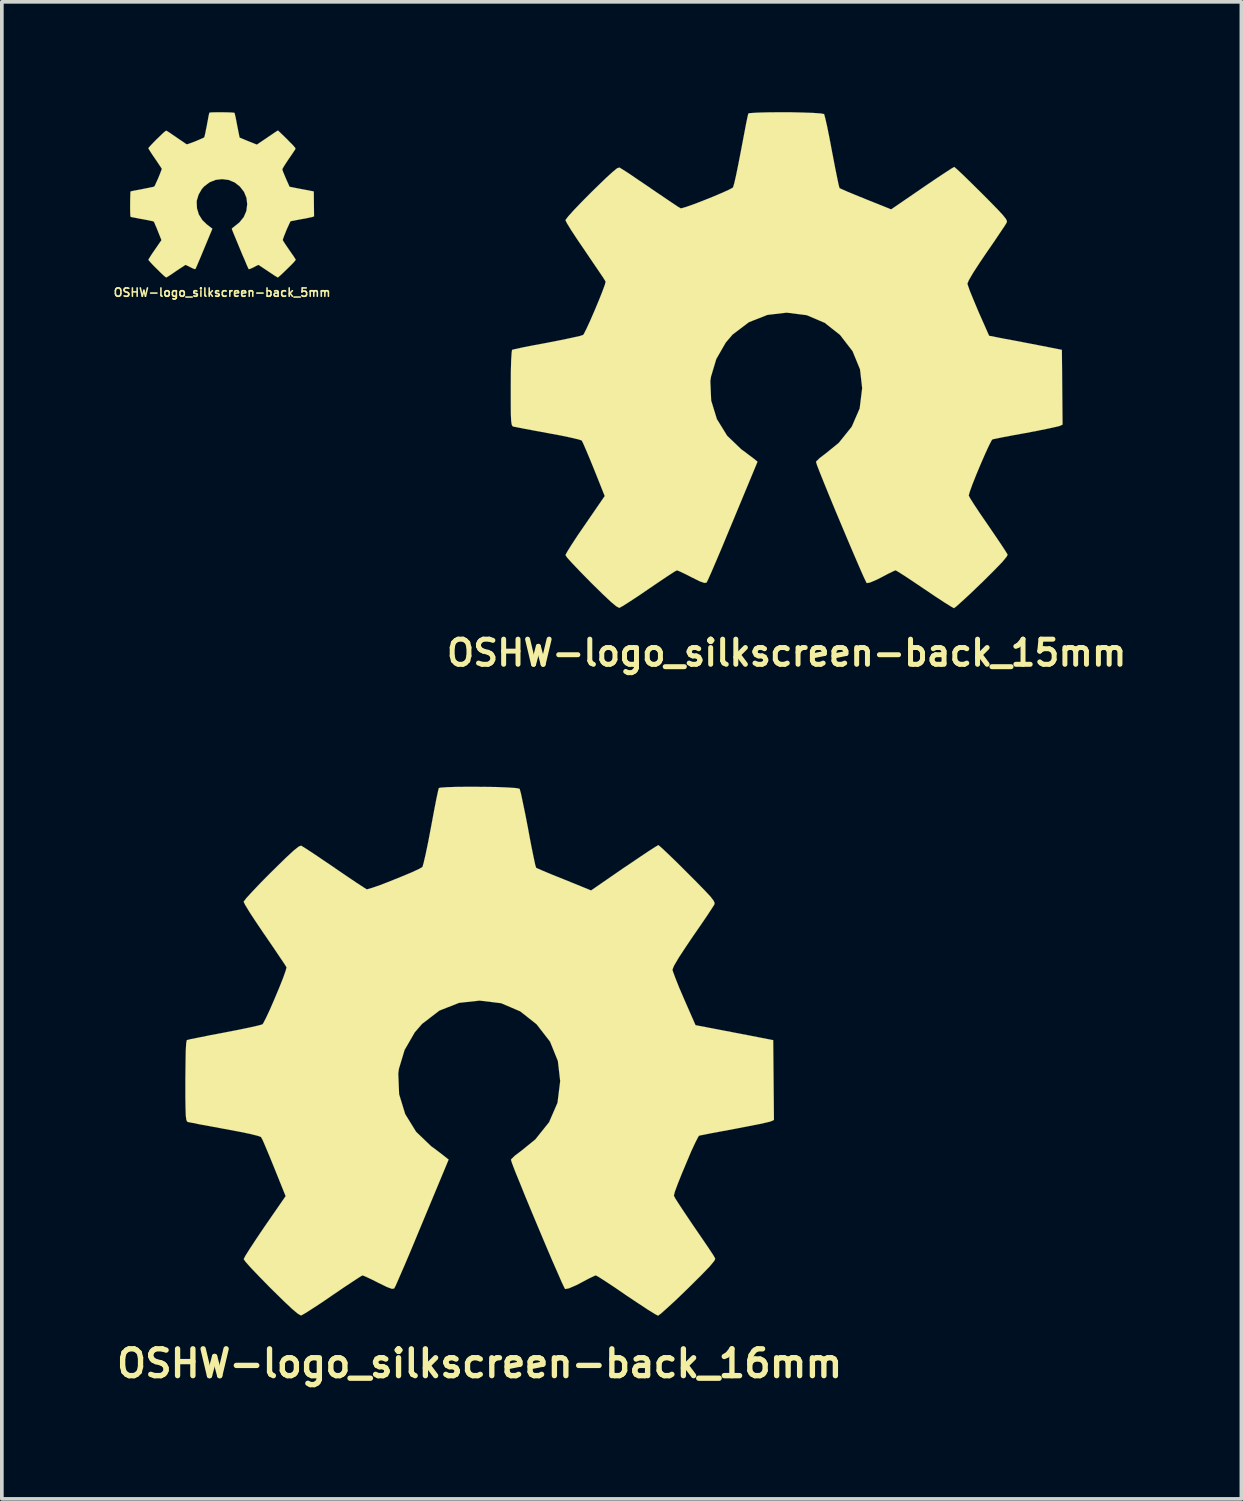
<source format=kicad_pcb>
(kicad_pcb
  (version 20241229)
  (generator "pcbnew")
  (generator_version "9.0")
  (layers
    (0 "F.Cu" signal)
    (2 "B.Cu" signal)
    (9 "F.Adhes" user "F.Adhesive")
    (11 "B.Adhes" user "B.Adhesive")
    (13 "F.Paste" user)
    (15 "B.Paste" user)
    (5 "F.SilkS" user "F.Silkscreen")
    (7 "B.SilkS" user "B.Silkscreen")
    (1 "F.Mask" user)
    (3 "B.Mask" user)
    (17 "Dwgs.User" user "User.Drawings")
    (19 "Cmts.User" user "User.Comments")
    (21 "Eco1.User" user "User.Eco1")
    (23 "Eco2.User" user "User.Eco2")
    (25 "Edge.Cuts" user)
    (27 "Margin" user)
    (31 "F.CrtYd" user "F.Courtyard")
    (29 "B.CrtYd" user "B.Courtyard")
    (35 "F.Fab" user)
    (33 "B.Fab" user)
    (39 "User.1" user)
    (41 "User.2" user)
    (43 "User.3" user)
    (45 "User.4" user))
  (footprint "OSHW-logo_silkscreen-back_16mm"
    (layer "F.Cu")
    (at 9.986 25.521)
    (property "Reference" "OSHW-logo_silkscreen-back_16mm" (at 0 8.486 0) (layer "F.SilkS") (effects (font (size 0.729 0.729) (thickness 0.145))))
    (attr through_hole)
    (fp_poly (pts (xy 4.849 7.186) (xy 4.765 7.142) (xy 4.577 7.026) (xy 4.31 6.85) (xy 3.995 6.64) (xy 3.68 6.424) (xy 3.419 6.251) (xy 3.236 6.134) (xy 3.16 6.091) (xy 3.119 6.104) (xy 2.967 6.177) (xy 2.751 6.292) (xy 2.624 6.358) (xy 2.423 6.444) (xy 2.324 6.462) (xy 2.306 6.434) (xy 2.233 6.281) (xy 2.118 6.017) (xy 1.966 5.672) (xy 1.793 5.265) (xy 1.608 4.826) (xy 1.422 4.381) (xy 1.245 3.955) (xy 1.09 3.571) (xy 0.963 3.261) (xy 0.881 3.045) (xy 0.851 2.951) (xy 0.861 2.931) (xy 0.96 2.835) (xy 1.135 2.703) (xy 1.514 2.395) (xy 1.887 1.928) (xy 2.116 1.4) (xy 2.189 0.81) (xy 2.126 0.264) (xy 1.913 -0.262) (xy 1.547 -0.734) (xy 1.102 -1.085) (xy 0.584 -1.306) (xy 0 -1.377) (xy -0.559 -1.316) (xy -1.095 -1.105) (xy -1.565 -0.744) (xy -1.765 -0.513) (xy -2.04 -0.036) (xy -2.195 0.478) (xy -2.212 0.607) (xy -2.189 1.168) (xy -2.024 1.707) (xy -1.727 2.189) (xy -1.316 2.583) (xy -1.262 2.621) (xy -1.072 2.764) (xy -0.945 2.863) (xy -0.843 2.944) (xy -1.56 4.666) (xy -1.674 4.94) (xy -1.869 5.41) (xy -2.042 5.817) (xy -2.182 6.139) (xy -2.276 6.355) (xy -2.319 6.441) (xy -2.324 6.447) (xy -2.385 6.457) (xy -2.517 6.408) (xy -2.756 6.292) (xy -2.916 6.21) (xy -3.099 6.124) (xy -3.183 6.091) (xy -3.251 6.129) (xy -3.426 6.243) (xy -3.683 6.413) (xy -3.99 6.622) (xy -4.282 6.822) (xy -4.554 7) (xy -4.752 7.125) (xy -4.846 7.178) (xy -4.862 7.178) (xy -4.945 7.13) (xy -5.1 7) (xy -5.334 6.779) (xy -5.667 6.452) (xy -5.718 6.401) (xy -5.989 6.124) (xy -6.213 5.89) (xy -6.36 5.725) (xy -6.413 5.649) (xy -6.365 5.555) (xy -6.241 5.359) (xy -6.063 5.088) (xy -5.845 4.765) (xy -5.273 3.937) (xy -5.588 3.155) (xy -5.685 2.916) (xy -5.806 2.626) (xy -5.895 2.418) (xy -5.944 2.329) (xy -6.027 2.299) (xy -6.243 2.245) (xy -6.553 2.182) (xy -6.921 2.113) (xy -7.275 2.047) (xy -7.595 1.989) (xy -7.823 1.943) (xy -7.927 1.923) (xy -7.953 1.908) (xy -7.973 1.857) (xy -7.986 1.75) (xy -7.993 1.554) (xy -7.998 1.252) (xy -7.998 0.81) (xy -7.998 0.762) (xy -7.993 0.34) (xy -7.988 0.005) (xy -7.976 -0.213) (xy -7.96 -0.3) (xy -7.96 -0.302) (xy -7.861 -0.328) (xy -7.635 -0.373) (xy -7.318 -0.437) (xy -6.937 -0.508) (xy -6.914 -0.513) (xy -6.535 -0.587) (xy -6.218 -0.653) (xy -5.997 -0.704) (xy -5.903 -0.732) (xy -5.883 -0.759) (xy -5.806 -0.907) (xy -5.697 -1.14) (xy -5.573 -1.427) (xy -5.448 -1.725) (xy -5.342 -1.991) (xy -5.271 -2.192) (xy -5.248 -2.281) (xy -5.25 -2.283) (xy -5.306 -2.375) (xy -5.438 -2.57) (xy -5.621 -2.842) (xy -5.842 -3.165) (xy -5.86 -3.19) (xy -6.076 -3.51) (xy -6.253 -3.78) (xy -6.37 -3.973) (xy -6.413 -4.059) (xy -6.413 -4.067) (xy -6.342 -4.161) (xy -6.177 -4.341) (xy -5.946 -4.585) (xy -5.664 -4.869) (xy -5.575 -4.956) (xy -5.265 -5.26) (xy -5.05 -5.458) (xy -4.915 -5.565) (xy -4.849 -5.588) (xy -4.846 -5.585) (xy -4.752 -5.527) (xy -4.549 -5.395) (xy -4.275 -5.21) (xy -3.95 -4.991) (xy -3.927 -4.973) (xy -3.609 -4.757) (xy -3.343 -4.577) (xy -3.152 -4.453) (xy -3.071 -4.402) (xy -3.056 -4.402) (xy -2.926 -4.44) (xy -2.697 -4.519) (xy -2.418 -4.628) (xy -2.123 -4.747) (xy -1.854 -4.859) (xy -1.651 -4.953) (xy -1.557 -5.006) (xy -1.554 -5.011) (xy -1.521 -5.126) (xy -1.466 -5.364) (xy -1.397 -5.695) (xy -1.323 -6.086) (xy -1.311 -6.149) (xy -1.24 -6.53) (xy -1.179 -6.845) (xy -1.133 -7.061) (xy -1.11 -7.153) (xy -1.057 -7.165) (xy -0.869 -7.178) (xy -0.587 -7.186) (xy -0.241 -7.188) (xy 0.122 -7.186) (xy 0.475 -7.181) (xy 0.777 -7.168) (xy 0.993 -7.153) (xy 1.082 -7.135) (xy 1.087 -7.13) (xy 1.12 -7.013) (xy 1.171 -6.772) (xy 1.24 -6.441) (xy 1.316 -6.048) (xy 1.328 -5.979) (xy 1.4 -5.598) (xy 1.463 -5.288) (xy 1.509 -5.072) (xy 1.534 -4.989) (xy 1.567 -4.971) (xy 1.725 -4.902) (xy 1.979 -4.796) (xy 2.296 -4.669) (xy 3.028 -4.371) (xy 3.924 -4.989) (xy 4.008 -5.044) (xy 4.331 -5.263) (xy 4.597 -5.441) (xy 4.783 -5.56) (xy 4.856 -5.603) (xy 4.864 -5.598) (xy 4.953 -5.522) (xy 5.131 -5.354) (xy 5.375 -5.118) (xy 5.657 -4.836) (xy 5.865 -4.628) (xy 6.114 -4.374) (xy 6.271 -4.206) (xy 6.355 -4.097) (xy 6.386 -4.031) (xy 6.378 -3.988) (xy 6.32 -3.896) (xy 6.19 -3.698) (xy 6.005 -3.426) (xy 5.786 -3.109) (xy 5.606 -2.842) (xy 5.41 -2.543) (xy 5.283 -2.327) (xy 5.24 -2.22) (xy 5.25 -2.177) (xy 5.314 -2.002) (xy 5.42 -1.735) (xy 5.555 -1.42) (xy 5.867 -0.709) (xy 6.335 -0.62) (xy 6.614 -0.566) (xy 7.01 -0.49) (xy 7.389 -0.417) (xy 7.978 -0.302) (xy 7.998 1.867) (xy 7.907 1.908) (xy 7.821 1.93) (xy 7.602 1.979) (xy 7.29 2.04) (xy 6.921 2.111) (xy 6.609 2.169) (xy 6.292 2.228) (xy 6.066 2.273) (xy 5.964 2.294) (xy 5.939 2.329) (xy 5.86 2.482) (xy 5.748 2.723) (xy 5.624 3.018) (xy 5.497 3.32) (xy 5.385 3.599) (xy 5.306 3.813) (xy 5.278 3.924) (xy 5.321 4.008) (xy 5.441 4.194) (xy 5.616 4.458) (xy 5.829 4.773) (xy 6.045 5.088) (xy 6.226 5.354) (xy 6.353 5.547) (xy 6.403 5.636) (xy 6.378 5.695) (xy 6.253 5.847) (xy 6.015 6.093) (xy 5.664 6.441) (xy 5.606 6.497) (xy 5.326 6.767) (xy 5.088 6.985) (xy 4.923 7.132) (xy 4.849 7.186)) (stroke (width 0.003) (type solid)) (fill yes) (layer "F.SilkS")))
  (footprint "OSHW-logo_silkscreen-back_5mm"
    (layer "F.Cu")
    (at 2.986 2.247)
    (property "Reference" "OSHW-logo_silkscreen-back_5mm" (at 0 2.652 0) (layer "F.SilkS") (effects (font (size 0.226 0.226) (thickness 0.043))))
    (attr through_hole)
    (fp_poly (pts (xy 1.514 2.245) (xy 1.488 2.23) (xy 1.43 2.195) (xy 1.346 2.139) (xy 1.247 2.073) (xy 1.148 2.007) (xy 1.067 1.953) (xy 1.011 1.915) (xy 0.986 1.902) (xy 0.973 1.908) (xy 0.927 1.93) (xy 0.859 1.966) (xy 0.818 1.986) (xy 0.757 2.012) (xy 0.724 2.019) (xy 0.719 2.009) (xy 0.696 1.961) (xy 0.66 1.88) (xy 0.615 1.77) (xy 0.559 1.643) (xy 0.503 1.509) (xy 0.445 1.369) (xy 0.389 1.234) (xy 0.34 1.115) (xy 0.3 1.019) (xy 0.274 0.95) (xy 0.264 0.922) (xy 0.267 0.914) (xy 0.3 0.884) (xy 0.353 0.843) (xy 0.472 0.747) (xy 0.589 0.602) (xy 0.66 0.437) (xy 0.683 0.251) (xy 0.663 0.081) (xy 0.597 -0.081) (xy 0.483 -0.229) (xy 0.343 -0.338) (xy 0.18 -0.406) (xy 0 -0.429) (xy -0.173 -0.409) (xy -0.34 -0.343) (xy -0.488 -0.231) (xy -0.551 -0.16) (xy -0.638 -0.01) (xy -0.686 0.147) (xy -0.691 0.188) (xy -0.683 0.363) (xy -0.632 0.533) (xy -0.538 0.683) (xy -0.409 0.808) (xy -0.394 0.818) (xy -0.335 0.864) (xy -0.295 0.894) (xy -0.264 0.919) (xy -0.488 1.458) (xy -0.523 1.542) (xy -0.584 1.689) (xy -0.638 1.816) (xy -0.681 1.918) (xy -0.711 1.984) (xy -0.724 2.012) (xy -0.724 2.014) (xy -0.744 2.017) (xy -0.785 2.002) (xy -0.861 1.966) (xy -0.909 1.941) (xy -0.968 1.913) (xy -0.993 1.902) (xy -1.016 1.915) (xy -1.069 1.951) (xy -1.151 2.004) (xy -1.247 2.068) (xy -1.339 2.131) (xy -1.422 2.187) (xy -1.483 2.225) (xy -1.514 2.243) (xy -1.519 2.243) (xy -1.544 2.228) (xy -1.593 2.187) (xy -1.666 2.118) (xy -1.77 2.014) (xy -1.786 1.999) (xy -1.872 1.913) (xy -1.941 1.839) (xy -1.986 1.788) (xy -2.004 1.765) (xy -1.989 1.735) (xy -1.951 1.674) (xy -1.895 1.587) (xy -1.826 1.488) (xy -1.648 1.229) (xy -1.745 0.986) (xy -1.775 0.909) (xy -1.814 0.82) (xy -1.841 0.754) (xy -1.857 0.726) (xy -1.882 0.716) (xy -1.951 0.701) (xy -2.047 0.681) (xy -2.162 0.66) (xy -2.273 0.64) (xy -2.372 0.62) (xy -2.443 0.607) (xy -2.477 0.599) (xy -2.484 0.594) (xy -2.492 0.579) (xy -2.494 0.546) (xy -2.497 0.485) (xy -2.499 0.391) (xy -2.499 0.251) (xy -2.499 0.236) (xy -2.497 0.107) (xy -2.494 0) (xy -2.492 -0.066) (xy -2.487 -0.094) (xy -2.456 -0.102) (xy -2.385 -0.117) (xy -2.286 -0.135) (xy -2.167 -0.157) (xy -2.159 -0.16) (xy -2.042 -0.183) (xy -1.943 -0.203) (xy -1.872 -0.218) (xy -1.844 -0.229) (xy -1.836 -0.236) (xy -1.814 -0.282) (xy -1.781 -0.356) (xy -1.74 -0.445) (xy -1.702 -0.538) (xy -1.669 -0.622) (xy -1.646 -0.683) (xy -1.638 -0.711) (xy -1.641 -0.714) (xy -1.659 -0.742) (xy -1.699 -0.803) (xy -1.755 -0.886) (xy -1.824 -0.988) (xy -1.829 -0.996) (xy -1.897 -1.095) (xy -1.953 -1.181) (xy -1.989 -1.24) (xy -2.004 -1.267) (xy -2.004 -1.27) (xy -1.981 -1.3) (xy -1.93 -1.356) (xy -1.857 -1.433) (xy -1.77 -1.521) (xy -1.742 -1.547) (xy -1.643 -1.643) (xy -1.577 -1.704) (xy -1.534 -1.737) (xy -1.514 -1.745) (xy -1.483 -1.727) (xy -1.42 -1.687) (xy -1.336 -1.628) (xy -1.234 -1.56) (xy -1.227 -1.554) (xy -1.128 -1.486) (xy -1.044 -1.43) (xy -0.986 -1.389) (xy -0.958 -1.374) (xy -0.955 -1.374) (xy -0.914 -1.387) (xy -0.843 -1.412) (xy -0.754 -1.445) (xy -0.663 -1.483) (xy -0.579 -1.519) (xy -0.516 -1.547) (xy -0.485 -1.565) (xy -0.475 -1.6) (xy -0.457 -1.676) (xy -0.437 -1.778) (xy -0.411 -1.9) (xy -0.409 -1.92) (xy -0.386 -2.04) (xy -0.368 -2.139) (xy -0.353 -2.207) (xy -0.345 -2.235) (xy -0.33 -2.238) (xy -0.272 -2.243) (xy -0.183 -2.245) (xy -0.074 -2.245) (xy 0.038 -2.245) (xy 0.147 -2.243) (xy 0.241 -2.24) (xy 0.31 -2.235) (xy 0.338 -2.23) (xy 0.338 -2.228) (xy 0.348 -2.189) (xy 0.366 -2.116) (xy 0.386 -2.012) (xy 0.409 -1.89) (xy 0.414 -1.867) (xy 0.437 -1.75) (xy 0.457 -1.651) (xy 0.47 -1.585) (xy 0.478 -1.557) (xy 0.49 -1.552) (xy 0.538 -1.532) (xy 0.617 -1.499) (xy 0.716 -1.458) (xy 0.945 -1.367) (xy 1.227 -1.557) (xy 1.252 -1.575) (xy 1.354 -1.643) (xy 1.435 -1.699) (xy 1.494 -1.737) (xy 1.516 -1.75) (xy 1.519 -1.75) (xy 1.547 -1.725) (xy 1.603 -1.671) (xy 1.679 -1.598) (xy 1.768 -1.511) (xy 1.831 -1.445) (xy 1.91 -1.367) (xy 1.958 -1.313) (xy 1.986 -1.28) (xy 1.994 -1.26) (xy 1.991 -1.245) (xy 1.974 -1.217) (xy 1.933 -1.156) (xy 1.875 -1.069) (xy 1.806 -0.97) (xy 1.75 -0.886) (xy 1.689 -0.792) (xy 1.651 -0.726) (xy 1.636 -0.693) (xy 1.641 -0.681) (xy 1.659 -0.625) (xy 1.694 -0.541) (xy 1.735 -0.442) (xy 1.834 -0.221) (xy 1.979 -0.193) (xy 2.068 -0.175) (xy 2.189 -0.152) (xy 2.309 -0.13) (xy 2.492 -0.094) (xy 2.499 0.582) (xy 2.471 0.594) (xy 2.443 0.602) (xy 2.375 0.617) (xy 2.278 0.638) (xy 2.162 0.658) (xy 2.065 0.676) (xy 1.966 0.696) (xy 1.895 0.709) (xy 1.864 0.716) (xy 1.854 0.726) (xy 1.831 0.775) (xy 1.796 0.851) (xy 1.755 0.942) (xy 1.717 1.036) (xy 1.681 1.125) (xy 1.659 1.191) (xy 1.648 1.224) (xy 1.661 1.252) (xy 1.699 1.311) (xy 1.753 1.392) (xy 1.821 1.491) (xy 1.887 1.587) (xy 1.946 1.671) (xy 1.984 1.732) (xy 2.002 1.76) (xy 1.991 1.778) (xy 1.953 1.826) (xy 1.88 1.902) (xy 1.768 2.012) (xy 1.75 2.029) (xy 1.664 2.113) (xy 1.59 2.182) (xy 1.537 2.228) (xy 1.514 2.245)) (stroke (width 0.003) (type solid)) (fill yes) (layer "F.SilkS")))
  (footprint "OSHW-logo_silkscreen-back_15mm"
    (layer "F.Cu")
    (at 18.33 6.74)
    (property "Reference" "OSHW-logo_silkscreen-back_15mm" (at 0 7.955 0) (layer "F.SilkS") (effects (font (size 0.683 0.683) (thickness 0.135))))
    (attr through_hole)
    (fp_poly (pts (xy 4.547 6.739) (xy 4.468 6.695) (xy 4.293 6.586) (xy 4.041 6.421) (xy 3.747 6.223) (xy 3.449 6.022) (xy 3.205 5.86) (xy 3.033 5.751) (xy 2.962 5.71) (xy 2.924 5.723) (xy 2.781 5.791) (xy 2.578 5.898) (xy 2.459 5.959) (xy 2.271 6.04) (xy 2.177 6.058) (xy 2.162 6.032) (xy 2.093 5.888) (xy 1.984 5.641) (xy 1.844 5.316) (xy 1.681 4.935) (xy 1.509 4.526) (xy 1.333 4.107) (xy 1.168 3.708) (xy 1.021 3.348) (xy 0.904 3.056) (xy 0.826 2.855) (xy 0.798 2.766) (xy 0.805 2.748) (xy 0.899 2.657) (xy 1.064 2.532) (xy 1.417 2.245) (xy 1.768 1.808) (xy 1.984 1.311) (xy 2.052 0.759) (xy 1.994 0.249) (xy 1.791 -0.246) (xy 1.45 -0.688) (xy 1.034 -1.016) (xy 0.546 -1.224) (xy 0 -1.293) (xy -0.523 -1.232) (xy -1.026 -1.034) (xy -1.468 -0.699) (xy -1.654 -0.483) (xy -1.913 -0.033) (xy -2.057 0.447) (xy -2.075 0.569) (xy -2.052 1.095) (xy -1.897 1.6) (xy -1.618 2.052) (xy -1.232 2.423) (xy -1.184 2.456) (xy -1.006 2.591) (xy -0.884 2.682) (xy -0.792 2.758) (xy -1.463 4.374) (xy -1.57 4.63) (xy -1.753 5.072) (xy -1.915 5.453) (xy -2.045 5.756) (xy -2.134 5.956) (xy -2.174 6.038) (xy -2.177 6.043) (xy -2.235 6.053) (xy -2.36 6.01) (xy -2.586 5.898) (xy -2.733 5.822) (xy -2.906 5.74) (xy -2.982 5.71) (xy -3.048 5.745) (xy -3.213 5.852) (xy -3.452 6.012) (xy -3.741 6.208) (xy -4.016 6.396) (xy -4.27 6.563) (xy -4.455 6.68) (xy -4.542 6.728) (xy -4.557 6.728) (xy -4.638 6.683) (xy -4.78 6.563) (xy -5.001 6.355) (xy -5.314 6.048) (xy -5.359 6.002) (xy -5.616 5.74) (xy -5.824 5.522) (xy -5.964 5.367) (xy -6.012 5.296) (xy -5.966 5.207) (xy -5.852 5.024) (xy -5.685 4.768) (xy -5.479 4.468) (xy -4.945 3.691) (xy -5.237 2.959) (xy -5.329 2.733) (xy -5.443 2.461) (xy -5.527 2.268) (xy -5.57 2.182) (xy -5.652 2.154) (xy -5.852 2.106) (xy -6.142 2.045) (xy -6.49 1.981) (xy -6.82 1.92) (xy -7.12 1.864) (xy -7.336 1.821) (xy -7.432 1.803) (xy -7.455 1.788) (xy -7.475 1.742) (xy -7.488 1.641) (xy -7.496 1.458) (xy -7.498 1.173) (xy -7.498 0.759) (xy -7.498 0.714) (xy -7.496 0.32) (xy -7.488 0.005) (xy -7.475 -0.201) (xy -7.463 -0.282) (xy -7.369 -0.305) (xy -7.158 -0.351) (xy -6.861 -0.409) (xy -6.502 -0.475) (xy -6.482 -0.48) (xy -6.126 -0.549) (xy -5.829 -0.612) (xy -5.621 -0.658) (xy -5.535 -0.686) (xy -5.514 -0.711) (xy -5.443 -0.851) (xy -5.342 -1.069) (xy -5.225 -1.339) (xy -5.108 -1.618) (xy -5.009 -1.867) (xy -4.94 -2.055) (xy -4.92 -2.139) (xy -4.923 -2.141) (xy -4.976 -2.228) (xy -5.098 -2.41) (xy -5.271 -2.664) (xy -5.476 -2.967) (xy -5.491 -2.99) (xy -5.695 -3.289) (xy -5.862 -3.543) (xy -5.972 -3.724) (xy -6.012 -3.805) (xy -6.012 -3.81) (xy -5.944 -3.901) (xy -5.791 -4.072) (xy -5.573 -4.3) (xy -5.311 -4.564) (xy -5.227 -4.646) (xy -4.935 -4.93) (xy -4.732 -5.116) (xy -4.608 -5.217) (xy -4.547 -5.237) (xy -4.544 -5.237) (xy -4.455 -5.182) (xy -4.265 -5.06) (xy -4.008 -4.884) (xy -3.703 -4.679) (xy -3.683 -4.663) (xy -3.383 -4.46) (xy -3.132 -4.29) (xy -2.957 -4.173) (xy -2.878 -4.128) (xy -2.865 -4.128) (xy -2.743 -4.163) (xy -2.53 -4.237) (xy -2.268 -4.338) (xy -1.989 -4.45) (xy -1.737 -4.557) (xy -1.549 -4.643) (xy -1.46 -4.694) (xy -1.458 -4.696) (xy -1.425 -4.806) (xy -1.374 -5.029) (xy -1.311 -5.339) (xy -1.24 -5.705) (xy -1.229 -5.763) (xy -1.161 -6.121) (xy -1.105 -6.416) (xy -1.062 -6.622) (xy -1.041 -6.706) (xy -0.991 -6.716) (xy -0.815 -6.728) (xy -0.549 -6.736) (xy -0.226 -6.739) (xy 0.114 -6.739) (xy 0.445 -6.731) (xy 0.729 -6.721) (xy 0.93 -6.706) (xy 1.016 -6.69) (xy 1.019 -6.685) (xy 1.049 -6.574) (xy 1.1 -6.35) (xy 1.163 -6.038) (xy 1.232 -5.672) (xy 1.245 -5.606) (xy 1.313 -5.25) (xy 1.372 -4.958) (xy 1.415 -4.755) (xy 1.438 -4.676) (xy 1.471 -4.661) (xy 1.618 -4.595) (xy 1.857 -4.496) (xy 2.151 -4.376) (xy 2.84 -4.1) (xy 3.68 -4.676) (xy 3.757 -4.729) (xy 4.061 -4.935) (xy 4.31 -5.1) (xy 4.483 -5.212) (xy 4.554 -5.253) (xy 4.559 -5.25) (xy 4.643 -5.177) (xy 4.811 -5.019) (xy 5.037 -4.798) (xy 5.304 -4.534) (xy 5.499 -4.338) (xy 5.73 -4.102) (xy 5.878 -3.942) (xy 5.959 -3.84) (xy 5.987 -3.78) (xy 5.979 -3.739) (xy 5.926 -3.653) (xy 5.801 -3.467) (xy 5.629 -3.211) (xy 5.423 -2.913) (xy 5.255 -2.664) (xy 5.072 -2.383) (xy 4.953 -2.179) (xy 4.912 -2.083) (xy 4.923 -2.042) (xy 4.981 -1.877) (xy 5.083 -1.628) (xy 5.207 -1.331) (xy 5.502 -0.665) (xy 5.939 -0.579) (xy 6.203 -0.531) (xy 6.571 -0.46) (xy 6.927 -0.391) (xy 7.48 -0.282) (xy 7.498 1.75) (xy 7.414 1.788) (xy 7.333 1.808) (xy 7.127 1.854) (xy 6.835 1.913) (xy 6.49 1.979) (xy 6.195 2.032) (xy 5.898 2.088) (xy 5.687 2.131) (xy 5.593 2.151) (xy 5.568 2.182) (xy 5.494 2.327) (xy 5.39 2.553) (xy 5.271 2.827) (xy 5.151 3.114) (xy 5.047 3.376) (xy 4.976 3.574) (xy 4.948 3.678) (xy 4.989 3.757) (xy 5.1 3.932) (xy 5.263 4.178) (xy 5.466 4.473) (xy 5.667 4.768) (xy 5.837 5.019) (xy 5.956 5.202) (xy 6.005 5.283) (xy 5.979 5.339) (xy 5.862 5.481) (xy 5.639 5.712) (xy 5.309 6.04) (xy 5.255 6.091) (xy 4.991 6.345) (xy 4.77 6.548) (xy 4.615 6.688) (xy 4.547 6.739)) (stroke (width 0.003) (type solid)) (fill yes) (layer "F.SilkS")))
  (gr_rect
    (start -3 -3)
    (end 30.688 37.687)
    (stroke (width 0.1) (type default))
    (fill no)
    (layer "Edge.Cuts")))
</source>
